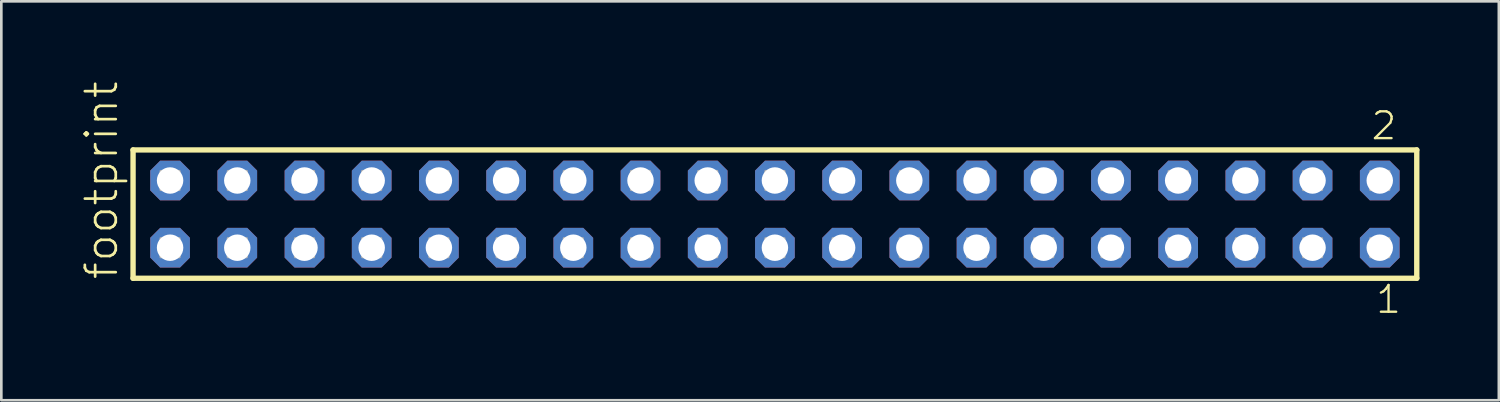
<source format=kicad_pcb>
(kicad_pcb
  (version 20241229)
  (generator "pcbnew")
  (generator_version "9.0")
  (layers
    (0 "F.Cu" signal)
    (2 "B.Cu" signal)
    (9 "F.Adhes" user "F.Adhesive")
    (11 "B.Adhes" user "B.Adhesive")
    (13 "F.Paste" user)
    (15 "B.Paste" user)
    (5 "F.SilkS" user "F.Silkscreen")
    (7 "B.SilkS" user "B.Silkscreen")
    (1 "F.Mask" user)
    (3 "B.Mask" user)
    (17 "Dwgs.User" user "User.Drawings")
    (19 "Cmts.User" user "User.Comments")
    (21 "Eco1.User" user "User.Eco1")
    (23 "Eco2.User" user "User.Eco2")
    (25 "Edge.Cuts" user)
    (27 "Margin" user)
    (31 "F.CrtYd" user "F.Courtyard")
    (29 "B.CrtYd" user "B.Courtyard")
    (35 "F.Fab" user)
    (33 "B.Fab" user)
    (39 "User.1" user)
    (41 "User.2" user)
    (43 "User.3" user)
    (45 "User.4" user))
  (footprint "footprint"
    (layer "F.Cu")
    (at 26.238 5.042)
    (property "Reference" "footprint" (at -24.765 2.54 90) (layer "F.SilkS") (effects (font (size 1.168 1.168) (thickness 0.102)) (justify left bottom)))
    (fp_line (start -24.259 -2.425) (end 24.259 -2.425) (stroke (width 0.203) (type solid)) (layer "F.SilkS"))
    (fp_line (start -24.259 2.425) (end -24.259 -2.425) (stroke (width 0.203) (type solid)) (layer "F.SilkS"))
    (fp_line (start 24.259 -2.425) (end 24.259 2.425) (stroke (width 0.203) (type solid)) (layer "F.SilkS"))
    (fp_line (start 24.259 2.425) (end -24.259 2.425) (stroke (width 0.203) (type solid)) (layer "F.SilkS"))
    (fp_poly (pts (xy -23.21 -0.92) (xy -22.51 -0.92) (xy -22.51 -1.62) (xy -23.21 -1.62)) (stroke (width 0.1) (type solid)) (fill no) (layer "F.Fab"))
    (fp_poly (pts (xy -23.21 1.62) (xy -22.51 1.62) (xy -22.51 0.92) (xy -23.21 0.92)) (stroke (width 0.1) (type solid)) (fill no) (layer "F.Fab"))
    (fp_poly (pts (xy -20.67 -0.92) (xy -19.97 -0.92) (xy -19.97 -1.62) (xy -20.67 -1.62)) (stroke (width 0.1) (type solid)) (fill no) (layer "F.Fab"))
    (fp_poly (pts (xy -20.67 1.62) (xy -19.97 1.62) (xy -19.97 0.92) (xy -20.67 0.92)) (stroke (width 0.1) (type solid)) (fill no) (layer "F.Fab"))
    (fp_poly (pts (xy -18.13 -0.92) (xy -17.43 -0.92) (xy -17.43 -1.62) (xy -18.13 -1.62)) (stroke (width 0.1) (type solid)) (fill no) (layer "F.Fab"))
    (fp_poly (pts (xy -18.13 1.62) (xy -17.43 1.62) (xy -17.43 0.92) (xy -18.13 0.92)) (stroke (width 0.1) (type solid)) (fill no) (layer "F.Fab"))
    (fp_poly (pts (xy -15.59 -0.92) (xy -14.89 -0.92) (xy -14.89 -1.62) (xy -15.59 -1.62)) (stroke (width 0.1) (type solid)) (fill no) (layer "F.Fab"))
    (fp_poly (pts (xy -15.59 1.62) (xy -14.89 1.62) (xy -14.89 0.92) (xy -15.59 0.92)) (stroke (width 0.1) (type solid)) (fill no) (layer "F.Fab"))
    (fp_poly (pts (xy -13.05 -0.92) (xy -12.35 -0.92) (xy -12.35 -1.62) (xy -13.05 -1.62)) (stroke (width 0.1) (type solid)) (fill no) (layer "F.Fab"))
    (fp_poly (pts (xy -13.05 1.62) (xy -12.35 1.62) (xy -12.35 0.92) (xy -13.05 0.92)) (stroke (width 0.1) (type solid)) (fill no) (layer "F.Fab"))
    (fp_poly (pts (xy -10.51 -0.92) (xy -9.81 -0.92) (xy -9.81 -1.62) (xy -10.51 -1.62)) (stroke (width 0.1) (type solid)) (fill no) (layer "F.Fab"))
    (fp_poly (pts (xy -10.51 1.62) (xy -9.81 1.62) (xy -9.81 0.92) (xy -10.51 0.92)) (stroke (width 0.1) (type solid)) (fill no) (layer "F.Fab"))
    (fp_poly (pts (xy -7.97 -0.92) (xy -7.27 -0.92) (xy -7.27 -1.62) (xy -7.97 -1.62)) (stroke (width 0.1) (type solid)) (fill no) (layer "F.Fab"))
    (fp_poly (pts (xy -7.97 1.62) (xy -7.27 1.62) (xy -7.27 0.92) (xy -7.97 0.92)) (stroke (width 0.1) (type solid)) (fill no) (layer "F.Fab"))
    (fp_poly (pts (xy -5.43 -0.92) (xy -4.73 -0.92) (xy -4.73 -1.62) (xy -5.43 -1.62)) (stroke (width 0.1) (type solid)) (fill no) (layer "F.Fab"))
    (fp_poly (pts (xy -5.43 1.62) (xy -4.73 1.62) (xy -4.73 0.92) (xy -5.43 0.92)) (stroke (width 0.1) (type solid)) (fill no) (layer "F.Fab"))
    (fp_poly (pts (xy -2.89 -0.92) (xy -2.19 -0.92) (xy -2.19 -1.62) (xy -2.89 -1.62)) (stroke (width 0.1) (type solid)) (fill no) (layer "F.Fab"))
    (fp_poly (pts (xy -2.89 1.62) (xy -2.19 1.62) (xy -2.19 0.92) (xy -2.89 0.92)) (stroke (width 0.1) (type solid)) (fill no) (layer "F.Fab"))
    (fp_poly (pts (xy -0.35 -0.92) (xy 0.35 -0.92) (xy 0.35 -1.62) (xy -0.35 -1.62)) (stroke (width 0.1) (type solid)) (fill no) (layer "F.Fab"))
    (fp_poly (pts (xy -0.35 1.62) (xy 0.35 1.62) (xy 0.35 0.92) (xy -0.35 0.92)) (stroke (width 0.1) (type solid)) (fill no) (layer "F.Fab"))
    (fp_poly (pts (xy 2.19 -0.92) (xy 2.89 -0.92) (xy 2.89 -1.62) (xy 2.19 -1.62)) (stroke (width 0.1) (type solid)) (fill no) (layer "F.Fab"))
    (fp_poly (pts (xy 2.19 1.62) (xy 2.89 1.62) (xy 2.89 0.92) (xy 2.19 0.92)) (stroke (width 0.1) (type solid)) (fill no) (layer "F.Fab"))
    (fp_poly (pts (xy 4.73 -0.92) (xy 5.43 -0.92) (xy 5.43 -1.62) (xy 4.73 -1.62)) (stroke (width 0.1) (type solid)) (fill no) (layer "F.Fab"))
    (fp_poly (pts (xy 4.73 1.62) (xy 5.43 1.62) (xy 5.43 0.92) (xy 4.73 0.92)) (stroke (width 0.1) (type solid)) (fill no) (layer "F.Fab"))
    (fp_poly (pts (xy 7.27 -0.92) (xy 7.97 -0.92) (xy 7.97 -1.62) (xy 7.27 -1.62)) (stroke (width 0.1) (type solid)) (fill no) (layer "F.Fab"))
    (fp_poly (pts (xy 7.27 1.62) (xy 7.97 1.62) (xy 7.97 0.92) (xy 7.27 0.92)) (stroke (width 0.1) (type solid)) (fill no) (layer "F.Fab"))
    (fp_poly (pts (xy 9.81 -0.92) (xy 10.51 -0.92) (xy 10.51 -1.62) (xy 9.81 -1.62)) (stroke (width 0.1) (type solid)) (fill no) (layer "F.Fab"))
    (fp_poly (pts (xy 9.81 1.62) (xy 10.51 1.62) (xy 10.51 0.92) (xy 9.81 0.92)) (stroke (width 0.1) (type solid)) (fill no) (layer "F.Fab"))
    (fp_poly (pts (xy 12.35 -0.92) (xy 13.05 -0.92) (xy 13.05 -1.62) (xy 12.35 -1.62)) (stroke (width 0.1) (type solid)) (fill no) (layer "F.Fab"))
    (fp_poly (pts (xy 12.35 1.62) (xy 13.05 1.62) (xy 13.05 0.92) (xy 12.35 0.92)) (stroke (width 0.1) (type solid)) (fill no) (layer "F.Fab"))
    (fp_poly (pts (xy 14.89 -0.92) (xy 15.59 -0.92) (xy 15.59 -1.62) (xy 14.89 -1.62)) (stroke (width 0.1) (type solid)) (fill no) (layer "F.Fab"))
    (fp_poly (pts (xy 14.89 1.62) (xy 15.59 1.62) (xy 15.59 0.92) (xy 14.89 0.92)) (stroke (width 0.1) (type solid)) (fill no) (layer "F.Fab"))
    (fp_poly (pts (xy 17.43 -0.92) (xy 18.13 -0.92) (xy 18.13 -1.62) (xy 17.43 -1.62)) (stroke (width 0.1) (type solid)) (fill no) (layer "F.Fab"))
    (fp_poly (pts (xy 17.43 1.62) (xy 18.13 1.62) (xy 18.13 0.92) (xy 17.43 0.92)) (stroke (width 0.1) (type solid)) (fill no) (layer "F.Fab"))
    (fp_poly (pts (xy 19.97 -0.92) (xy 20.67 -0.92) (xy 20.67 -1.62) (xy 19.97 -1.62)) (stroke (width 0.1) (type solid)) (fill no) (layer "F.Fab"))
    (fp_poly (pts (xy 19.97 1.62) (xy 20.67 1.62) (xy 20.67 0.92) (xy 19.97 0.92)) (stroke (width 0.1) (type solid)) (fill no) (layer "F.Fab"))
    (fp_poly (pts (xy 22.51 -0.92) (xy 23.21 -0.92) (xy 23.21 -1.62) (xy 22.51 -1.62)) (stroke (width 0.1) (type solid)) (fill no) (layer "F.Fab"))
    (fp_poly (pts (xy 22.51 1.62) (xy 23.21 1.62) (xy 23.21 0.92) (xy 22.51 0.92)) (stroke (width 0.1) (type solid)) (fill no) (layer "F.Fab"))
    (fp_text user "1" (at 22.652 3.818 0) (layer "F.SilkS") (effects (font (size 1.012 1.012) (thickness 0.088)) (justify left bottom)))
    (fp_text user "2" (at 22.477 -2.744 0) (layer "F.SilkS") (effects (font (size 1.012 1.012) (thickness 0.088)) (justify left bottom)))
    (pad "1" thru_hole roundrect (at 22.86 1.27 180) (size 1.5 1.5) (drill 1) (layers "*.Cu" "*.Mask") (roundrect_rratio 0.25) (chamfer_ratio 0.25) (chamfer top_left top_right bottom_left bottom_right))
    (pad "2" thru_hole roundrect (at 22.86 -1.27 180) (size 1.5 1.5) (drill 1) (layers "*.Cu" "*.Mask") (roundrect_rratio 0.25) (chamfer_ratio 0.25) (chamfer top_left top_right bottom_left bottom_right))
    (pad "3" thru_hole roundrect (at 20.32 1.27 180) (size 1.5 1.5) (drill 1) (layers "*.Cu" "*.Mask") (roundrect_rratio 0.25) (chamfer_ratio 0.25) (chamfer top_left top_right bottom_left bottom_right))
    (pad "4" thru_hole roundrect (at 20.32 -1.27 180) (size 1.5 1.5) (drill 1) (layers "*.Cu" "*.Mask") (roundrect_rratio 0.25) (chamfer_ratio 0.25) (chamfer top_left top_right bottom_left bottom_right))
    (pad "5" thru_hole roundrect (at 17.78 1.27 180) (size 1.5 1.5) (drill 1) (layers "*.Cu" "*.Mask") (roundrect_rratio 0.25) (chamfer_ratio 0.25) (chamfer top_left top_right bottom_left bottom_right))
    (pad "6" thru_hole roundrect (at 17.78 -1.27 180) (size 1.5 1.5) (drill 1) (layers "*.Cu" "*.Mask") (roundrect_rratio 0.25) (chamfer_ratio 0.25) (chamfer top_left top_right bottom_left bottom_right))
    (pad "7" thru_hole roundrect (at 15.24 1.27 180) (size 1.5 1.5) (drill 1) (layers "*.Cu" "*.Mask") (roundrect_rratio 0.25) (chamfer_ratio 0.25) (chamfer top_left top_right bottom_left bottom_right))
    (pad "8" thru_hole roundrect (at 15.24 -1.27 180) (size 1.5 1.5) (drill 1) (layers "*.Cu" "*.Mask") (roundrect_rratio 0.25) (chamfer_ratio 0.25) (chamfer top_left top_right bottom_left bottom_right))
    (pad "9" thru_hole roundrect (at 12.7 1.27 180) (size 1.5 1.5) (drill 1) (layers "*.Cu" "*.Mask") (roundrect_rratio 0.25) (chamfer_ratio 0.25) (chamfer top_left top_right bottom_left bottom_right))
    (pad "10" thru_hole roundrect (at 12.7 -1.27 180) (size 1.5 1.5) (drill 1) (layers "*.Cu" "*.Mask") (roundrect_rratio 0.25) (chamfer_ratio 0.25) (chamfer top_left top_right bottom_left bottom_right))
    (pad "11" thru_hole roundrect (at 10.16 1.27 180) (size 1.5 1.5) (drill 1) (layers "*.Cu" "*.Mask") (roundrect_rratio 0.25) (chamfer_ratio 0.25) (chamfer top_left top_right bottom_left bottom_right))
    (pad "12" thru_hole roundrect (at 10.16 -1.27 180) (size 1.5 1.5) (drill 1) (layers "*.Cu" "*.Mask") (roundrect_rratio 0.25) (chamfer_ratio 0.25) (chamfer top_left top_right bottom_left bottom_right))
    (pad "13" thru_hole roundrect (at 7.62 1.27 180) (size 1.5 1.5) (drill 1) (layers "*.Cu" "*.Mask") (roundrect_rratio 0.25) (chamfer_ratio 0.25) (chamfer top_left top_right bottom_left bottom_right))
    (pad "14" thru_hole roundrect (at 7.62 -1.27 180) (size 1.5 1.5) (drill 1) (layers "*.Cu" "*.Mask") (roundrect_rratio 0.25) (chamfer_ratio 0.25) (chamfer top_left top_right bottom_left bottom_right))
    (pad "15" thru_hole roundrect (at 5.08 1.27 180) (size 1.5 1.5) (drill 1) (layers "*.Cu" "*.Mask") (roundrect_rratio 0.25) (chamfer_ratio 0.25) (chamfer top_left top_right bottom_left bottom_right))
    (pad "16" thru_hole roundrect (at 5.08 -1.27 180) (size 1.5 1.5) (drill 1) (layers "*.Cu" "*.Mask") (roundrect_rratio 0.25) (chamfer_ratio 0.25) (chamfer top_left top_right bottom_left bottom_right))
    (pad "17" thru_hole roundrect (at 2.54 1.27 180) (size 1.5 1.5) (drill 1) (layers "*.Cu" "*.Mask") (roundrect_rratio 0.25) (chamfer_ratio 0.25) (chamfer top_left top_right bottom_left bottom_right))
    (pad "18" thru_hole roundrect (at 2.54 -1.27 180) (size 1.5 1.5) (drill 1) (layers "*.Cu" "*.Mask") (roundrect_rratio 0.25) (chamfer_ratio 0.25) (chamfer top_left top_right bottom_left bottom_right))
    (pad "19" thru_hole roundrect (at 0 1.27 180) (size 1.5 1.5) (drill 1) (layers "*.Cu" "*.Mask") (roundrect_rratio 0.25) (chamfer_ratio 0.25) (chamfer top_left top_right bottom_left bottom_right))
    (pad "20" thru_hole roundrect (at 0 -1.27 180) (size 1.5 1.5) (drill 1) (layers "*.Cu" "*.Mask") (roundrect_rratio 0.25) (chamfer_ratio 0.25) (chamfer top_left top_right bottom_left bottom_right))
    (pad "21" thru_hole roundrect (at -2.54 1.27 180) (size 1.5 1.5) (drill 1) (layers "*.Cu" "*.Mask") (roundrect_rratio 0.25) (chamfer_ratio 0.25) (chamfer top_left top_right bottom_left bottom_right))
    (pad "22" thru_hole roundrect (at -2.54 -1.27 180) (size 1.5 1.5) (drill 1) (layers "*.Cu" "*.Mask") (roundrect_rratio 0.25) (chamfer_ratio 0.25) (chamfer top_left top_right bottom_left bottom_right))
    (pad "23" thru_hole roundrect (at -5.08 1.27 180) (size 1.5 1.5) (drill 1) (layers "*.Cu" "*.Mask") (roundrect_rratio 0.25) (chamfer_ratio 0.25) (chamfer top_left top_right bottom_left bottom_right))
    (pad "24" thru_hole roundrect (at -5.08 -1.27 180) (size 1.5 1.5) (drill 1) (layers "*.Cu" "*.Mask") (roundrect_rratio 0.25) (chamfer_ratio 0.25) (chamfer top_left top_right bottom_left bottom_right))
    (pad "25" thru_hole roundrect (at -7.62 1.27 180) (size 1.5 1.5) (drill 1) (layers "*.Cu" "*.Mask") (roundrect_rratio 0.25) (chamfer_ratio 0.25) (chamfer top_left top_right bottom_left bottom_right))
    (pad "26" thru_hole roundrect (at -7.62 -1.27 180) (size 1.5 1.5) (drill 1) (layers "*.Cu" "*.Mask") (roundrect_rratio 0.25) (chamfer_ratio 0.25) (chamfer top_left top_right bottom_left bottom_right))
    (pad "27" thru_hole roundrect (at -10.16 1.27 180) (size 1.5 1.5) (drill 1) (layers "*.Cu" "*.Mask") (roundrect_rratio 0.25) (chamfer_ratio 0.25) (chamfer top_left top_right bottom_left bottom_right))
    (pad "28" thru_hole roundrect (at -10.16 -1.27 180) (size 1.5 1.5) (drill 1) (layers "*.Cu" "*.Mask") (roundrect_rratio 0.25) (chamfer_ratio 0.25) (chamfer top_left top_right bottom_left bottom_right))
    (pad "29" thru_hole roundrect (at -12.7 1.27 180) (size 1.5 1.5) (drill 1) (layers "*.Cu" "*.Mask") (roundrect_rratio 0.25) (chamfer_ratio 0.25) (chamfer top_left top_right bottom_left bottom_right))
    (pad "30" thru_hole roundrect (at -12.7 -1.27 180) (size 1.5 1.5) (drill 1) (layers "*.Cu" "*.Mask") (roundrect_rratio 0.25) (chamfer_ratio 0.25) (chamfer top_left top_right bottom_left bottom_right))
    (pad "31" thru_hole roundrect (at -15.24 1.27 180) (size 1.5 1.5) (drill 1) (layers "*.Cu" "*.Mask") (roundrect_rratio 0.25) (chamfer_ratio 0.25) (chamfer top_left top_right bottom_left bottom_right))
    (pad "32" thru_hole roundrect (at -15.24 -1.27 180) (size 1.5 1.5) (drill 1) (layers "*.Cu" "*.Mask") (roundrect_rratio 0.25) (chamfer_ratio 0.25) (chamfer top_left top_right bottom_left bottom_right))
    (pad "33" thru_hole roundrect (at -17.78 1.27 180) (size 1.5 1.5) (drill 1) (layers "*.Cu" "*.Mask") (roundrect_rratio 0.25) (chamfer_ratio 0.25) (chamfer top_left top_right bottom_left bottom_right))
    (pad "34" thru_hole roundrect (at -17.78 -1.27 180) (size 1.5 1.5) (drill 1) (layers "*.Cu" "*.Mask") (roundrect_rratio 0.25) (chamfer_ratio 0.25) (chamfer top_left top_right bottom_left bottom_right))
    (pad "35" thru_hole roundrect (at -20.32 1.27 180) (size 1.5 1.5) (drill 1) (layers "*.Cu" "*.Mask") (roundrect_rratio 0.25) (chamfer_ratio 0.25) (chamfer top_left top_right bottom_left bottom_right))
    (pad "36" thru_hole roundrect (at -20.32 -1.27 180) (size 1.5 1.5) (drill 1) (layers "*.Cu" "*.Mask") (roundrect_rratio 0.25) (chamfer_ratio 0.25) (chamfer top_left top_right bottom_left bottom_right))
    (pad "37" thru_hole roundrect (at -22.86 1.27 180) (size 1.5 1.5) (drill 1) (layers "*.Cu" "*.Mask") (roundrect_rratio 0.25) (chamfer_ratio 0.25) (chamfer top_left top_right bottom_left bottom_right))
    (pad "38" thru_hole roundrect (at -22.86 -1.27 180) (size 1.5 1.5) (drill 1) (layers "*.Cu" "*.Mask") (roundrect_rratio 0.25) (chamfer_ratio 0.25) (chamfer top_left top_right bottom_left bottom_right)))
  (gr_rect
    (start -3 -3)
    (end 53.599 12.077)
    (stroke (width 0.1) (type default))
    (fill no)
    (layer "Edge.Cuts")))
</source>
